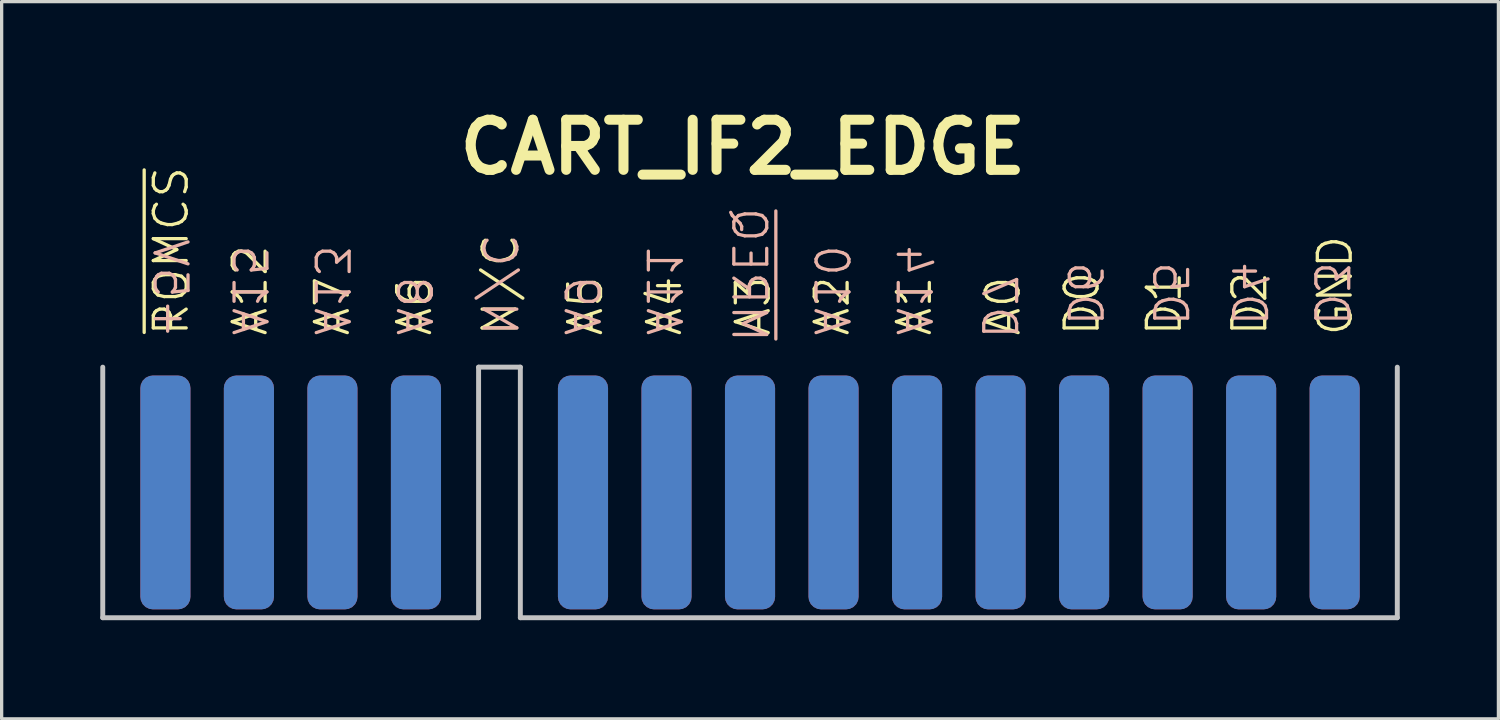
<source format=kicad_pcb>
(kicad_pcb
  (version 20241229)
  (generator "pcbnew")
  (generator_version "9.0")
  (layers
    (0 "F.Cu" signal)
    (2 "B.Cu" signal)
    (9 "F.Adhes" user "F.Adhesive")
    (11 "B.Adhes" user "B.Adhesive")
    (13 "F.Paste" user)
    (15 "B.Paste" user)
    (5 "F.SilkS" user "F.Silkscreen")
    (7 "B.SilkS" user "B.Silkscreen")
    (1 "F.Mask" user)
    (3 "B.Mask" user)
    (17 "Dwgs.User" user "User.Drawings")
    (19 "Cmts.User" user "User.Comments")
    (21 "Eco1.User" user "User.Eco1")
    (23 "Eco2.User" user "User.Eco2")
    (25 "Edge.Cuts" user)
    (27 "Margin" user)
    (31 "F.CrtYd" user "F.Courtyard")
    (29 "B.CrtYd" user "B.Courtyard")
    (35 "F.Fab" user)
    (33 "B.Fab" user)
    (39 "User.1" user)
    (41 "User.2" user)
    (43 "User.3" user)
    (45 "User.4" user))
  (footprint "CART_IF2_EDGE"
    (layer "F.Cu")
    (at 12.14 11.926)
    (property "Reference" "CART_IF2_EDGE" (at 7.4 -10.5 0) (layer "F.SilkS") (effects (font (size 1.524 1.524) (thickness 0.305))))
    (attr through_hole)
    (fp_line (start -12.065 -3.81) (end -12.065 3.81) (stroke (width 0.15) (type solid)) (layer "Dwgs.User"))
    (fp_line (start -12.065 3.81) (end -0.635 3.81) (stroke (width 0.15) (type solid)) (layer "Dwgs.User"))
    (fp_line (start -0.635 -3.81) (end 0.635 -3.81) (stroke (width 0.15) (type solid)) (layer "Dwgs.User"))
    (fp_line (start -0.635 3.81) (end -0.635 -3.81) (stroke (width 0.15) (type solid)) (layer "Dwgs.User"))
    (fp_line (start 0.635 -3.81) (end 0.635 3.81) (stroke (width 0.15) (type solid)) (layer "Dwgs.User"))
    (fp_line (start 0.635 3.81) (end 27.305 3.81) (stroke (width 0.15) (type solid)) (layer "Dwgs.User"))
    (fp_line (start 27.305 3.81) (end 27.305 -3.81) (stroke (width 0.15) (type solid)) (layer "Dwgs.User"))
    (fp_text user "A0" (at 15.9 -4.7 90) (unlocked yes) (layer "F.SilkS") (effects (font (size 1 1) (thickness 0.1)) (justify left bottom)))
    (fp_text user "D1" (at 20.8 -4.7 90) (unlocked yes) (layer "F.SilkS") (effects (font (size 1 1) (thickness 0.1)) (justify left bottom)))
    (fp_text user "A7" (at -4.5 -4.7 90) (unlocked yes) (layer "F.SilkS") (effects (font (size 1 1) (thickness 0.1)) (justify left bottom)))
    (fp_text user "A5" (at 3.2 -4.7 90) (unlocked yes) (layer "F.SilkS") (effects (font (size 1 1) (thickness 0.1)) (justify left bottom)))
    (fp_text user "N/C" (at 0.6 -4.7 90) (unlocked yes) (layer "F.SilkS") (effects (font (size 1 1) (thickness 0.1)) (justify left bottom)))
    (fp_text user "D0" (at 18.3 -4.7 90) (unlocked yes) (layer "F.SilkS") (effects (font (size 1 1) (thickness 0.1)) (justify left bottom)))
    (fp_text user "~{ROMCS}" (at -9.4 -4.7 90) (unlocked yes) (layer "F.SilkS") (effects (font (size 1 1) (thickness 0.1)) (justify left bottom)))
    (fp_text user "A6" (at -2 -4.7 90) (unlocked yes) (layer "F.SilkS") (effects (font (size 1 1) (thickness 0.1)) (justify left bottom)))
    (fp_text user "A1" (at 13.2 -4.7 90) (unlocked yes) (layer "F.SilkS") (effects (font (size 1 1) (thickness 0.1)) (justify left bottom)))
    (fp_text user "D2" (at 23.4 -4.7 90) (unlocked yes) (layer "F.SilkS") (effects (font (size 1 1) (thickness 0.1)) (justify left bottom)))
    (fp_text user "A2" (at 10.7 -4.7 90) (unlocked yes) (layer "F.SilkS") (effects (font (size 1 1) (thickness 0.1)) (justify left bottom)))
    (fp_text user "A3" (at 8.3 -4.7 90) (unlocked yes) (layer "F.SilkS") (effects (font (size 1 1) (thickness 0.1)) (justify left bottom)))
    (fp_text user "A12" (at -7 -4.7 90) (unlocked yes) (layer "F.SilkS") (effects (font (size 1 1) (thickness 0.1)) (justify left bottom)))
    (fp_text user "GND" (at 26 -4.7 90) (unlocked yes) (layer "F.SilkS") (effects (font (size 1 1) (thickness 0.1)) (justify left bottom)))
    (fp_text user "A4" (at 5.6 -4.7 90) (unlocked yes) (layer "F.SilkS") (effects (font (size 1 1) (thickness 0.1)) (justify left bottom)))
    (fp_text user "A15" (at -8.2 -4.7 270) (unlocked yes) (layer "B.SilkS") (effects (font (size 1 1) (thickness 0.1)) (justify left bottom mirror)))
    (fp_text user "A14" (at 12 -4.7 270) (unlocked yes) (layer "B.SilkS") (effects (font (size 1 1) (thickness 0.1)) (justify left bottom mirror)))
    (fp_text user "~{MREQ}" (at 7 -4.5 270) (unlocked yes) (layer "B.SilkS") (effects (font (size 1 1) (thickness 0.1)) (justify left bottom mirror)))
    (fp_text user "D3" (at 24.7 -5 270) (unlocked yes) (layer "B.SilkS") (effects (font (size 1 1) (thickness 0.1)) (justify left bottom mirror)))
    (fp_text user "A13" (at -5.7 -4.7 270) (unlocked yes) (layer "B.SilkS") (effects (font (size 1 1) (thickness 0.1)) (justify left bottom mirror)))
    (fp_text user "A8" (at -3.2 -4.7 270) (unlocked yes) (layer "B.SilkS") (effects (font (size 1 1) (thickness 0.1)) (justify left bottom mirror)))
    (fp_text user "D6" (at 17.2 -5 270) (unlocked yes) (layer "B.SilkS") (effects (font (size 1 1) (thickness 0.1)) (justify left bottom mirror)))
    (fp_text user "A10" (at 9.5 -4.7 270) (unlocked yes) (layer "B.SilkS") (effects (font (size 1 1) (thickness 0.1)) (justify left bottom mirror)))
    (fp_text user "D5" (at 19.8 -5 270) (unlocked yes) (layer "B.SilkS") (effects (font (size 1 1) (thickness 0.1)) (justify left bottom mirror)))
    (fp_text user "D4" (at 22.2 -5 270) (unlocked yes) (layer "B.SilkS") (effects (font (size 1 1) (thickness 0.1)) (justify left bottom mirror)))
    (fp_text user "D7" (at 14.6 -4.6 270) (unlocked yes) (layer "B.SilkS") (effects (font (size 1 1) (thickness 0.1)) (justify left bottom mirror)))
    (fp_text user "N/C" (at -0.6 -4.7 270) (unlocked yes) (layer "B.SilkS") (effects (font (size 1 1) (thickness 0.1)) (justify left bottom mirror)))
    (fp_text user "A9" (at 1.9 -4.7 270) (unlocked yes) (layer "B.SilkS") (effects (font (size 1 1) (thickness 0.1)) (justify left bottom mirror)))
    (fp_text user "A11" (at 4.4 -4.7 270) (unlocked yes) (layer "B.SilkS") (effects (font (size 1 1) (thickness 0.1)) (justify left bottom mirror)))
    (fp_text user "+5V" (at -10.6 -4.6 270) (unlocked yes) (layer "B.SilkS") (effects (font (size 1 1) (thickness 0.1)) (justify left bottom mirror)))
    (pad "1" connect roundrect (at -10.16 0) (size 1.524 7.112) (layers "F.Cu") (roundrect_rratio 0.25))
    (pad "2" connect roundrect (at -10.16 0) (size 1.524 7.112) (layers "B.Cu") (roundrect_rratio 0.25))
    (pad "3" connect roundrect (at -7.62 0) (size 1.524 7.112) (layers "F.Cu") (roundrect_rratio 0.25))
    (pad "4" connect roundrect (at -7.62 0) (size 1.524 7.112) (layers "B.Cu") (roundrect_rratio 0.25))
    (pad "5" connect roundrect (at -5.08 0) (size 1.524 7.112) (layers "F.Cu") (roundrect_rratio 0.25))
    (pad "6" connect roundrect (at -5.08 0) (size 1.524 7.112) (layers "B.Cu") (roundrect_rratio 0.25))
    (pad "7" connect roundrect (at -2.54 0) (size 1.524 7.112) (layers "F.Cu") (roundrect_rratio 0.25))
    (pad "8" connect roundrect (at -2.54 0) (size 1.524 7.112) (layers "B.Cu") (roundrect_rratio 0.25))
    (pad "9" connect roundrect (at 2.54 0) (size 1.524 7.112) (layers "F.Cu") (roundrect_rratio 0.25))
    (pad "10" connect roundrect (at 2.54 0) (size 1.524 7.112) (layers "B.Cu") (roundrect_rratio 0.25))
    (pad "11" connect roundrect (at 5.08 0) (size 1.524 7.112) (layers "F.Cu") (roundrect_rratio 0.25))
    (pad "12" connect roundrect (at 5.08 0) (size 1.524 7.112) (layers "B.Cu") (roundrect_rratio 0.25))
    (pad "13" connect roundrect (at 7.62 0) (size 1.524 7.112) (layers "F.Cu") (roundrect_rratio 0.25))
    (pad "14" connect roundrect (at 7.62 0) (size 1.524 7.112) (layers "B.Cu") (roundrect_rratio 0.25))
    (pad "15" connect roundrect (at 10.16 0) (size 1.524 7.112) (layers "F.Cu") (roundrect_rratio 0.25))
    (pad "16" connect roundrect (at 10.16 0) (size 1.524 7.112) (layers "B.Cu") (roundrect_rratio 0.25))
    (pad "17" connect roundrect (at 12.7 0) (size 1.524 7.112) (layers "F.Cu") (roundrect_rratio 0.25))
    (pad "18" connect roundrect (at 12.7 0) (size 1.524 7.112) (layers "B.Cu") (roundrect_rratio 0.25))
    (pad "19" connect roundrect (at 15.24 0) (size 1.524 7.112) (layers "F.Cu") (roundrect_rratio 0.25))
    (pad "20" connect roundrect (at 15.24 0) (size 1.524 7.112) (layers "B.Cu") (roundrect_rratio 0.25))
    (pad "21" connect roundrect (at 17.78 0) (size 1.524 7.112) (layers "F.Cu") (roundrect_rratio 0.25))
    (pad "22" connect roundrect (at 17.78 0) (size 1.524 7.112) (layers "B.Cu") (roundrect_rratio 0.25))
    (pad "23" connect roundrect (at 20.32 0) (size 1.524 7.112) (layers "F.Cu") (roundrect_rratio 0.25))
    (pad "24" connect roundrect (at 20.32 0) (size 1.524 7.112) (layers "B.Cu") (roundrect_rratio 0.25))
    (pad "25" connect roundrect (at 22.86 0) (size 1.524 7.112) (layers "F.Cu") (roundrect_rratio 0.25))
    (pad "26" connect roundrect (at 22.86 0) (size 1.524 7.112) (layers "B.Cu") (roundrect_rratio 0.25))
    (pad "27" connect roundrect (at 25.4 0) (size 1.524 7.112) (layers "F.Cu") (roundrect_rratio 0.25))
    (pad "28" connect roundrect (at 25.4 0) (size 1.524 7.112) (layers "B.Cu") (roundrect_rratio 0.25)))
  (gr_rect
    (start -3 -3)
    (end 42.52 18.811)
    (stroke (width 0.1) (type default))
    (fill no)
    (layer "Edge.Cuts")))
</source>
